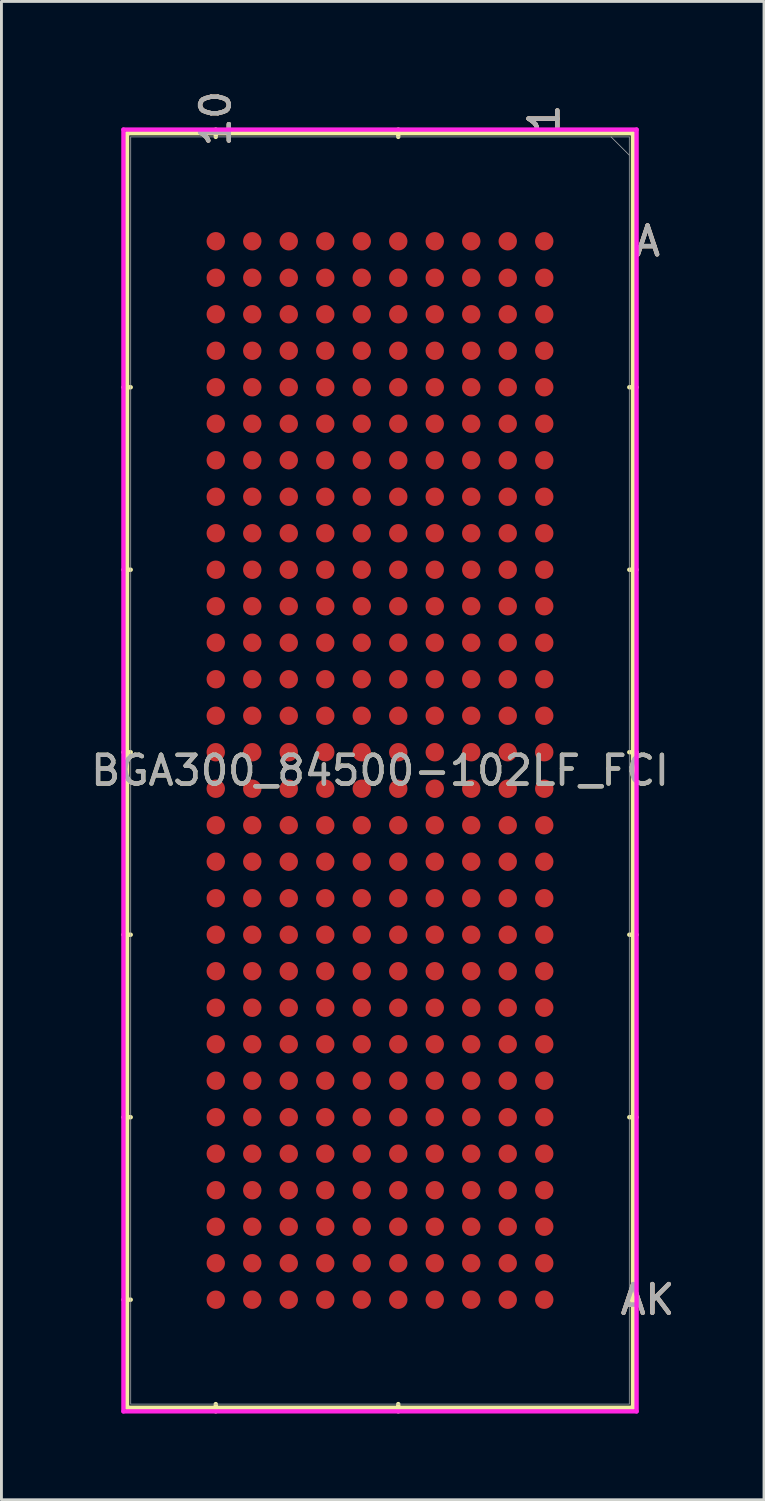
<source format=kicad_pcb>
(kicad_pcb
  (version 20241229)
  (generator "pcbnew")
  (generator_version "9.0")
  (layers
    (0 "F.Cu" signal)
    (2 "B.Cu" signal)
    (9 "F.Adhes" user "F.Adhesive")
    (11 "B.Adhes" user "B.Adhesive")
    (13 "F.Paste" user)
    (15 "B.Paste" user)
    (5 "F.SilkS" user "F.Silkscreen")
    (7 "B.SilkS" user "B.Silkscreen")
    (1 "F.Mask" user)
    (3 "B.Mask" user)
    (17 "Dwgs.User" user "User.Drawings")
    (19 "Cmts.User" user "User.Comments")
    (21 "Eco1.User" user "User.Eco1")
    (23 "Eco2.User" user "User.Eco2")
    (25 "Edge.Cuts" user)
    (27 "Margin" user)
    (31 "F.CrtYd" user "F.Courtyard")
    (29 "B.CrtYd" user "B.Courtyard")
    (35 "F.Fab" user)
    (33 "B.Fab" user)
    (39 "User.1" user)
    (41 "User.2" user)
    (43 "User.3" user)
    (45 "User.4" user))
  (footprint "BGA300_84500-102LF_FCI"
    (layer "F.Cu")
    (at 10.3 23.76)
    (property "Reference" "BGA300_84500-102LF_FCI" (at -0.127 0 0) (unlocked yes) (layer "F.SilkS") (effects (font (size 1 1) (thickness 0.15))))
    (attr through_hole)
    (fp_line (start -8.928 -22.174) (end 8.674 -22.174) (stroke (width 0.152) (type solid)) (layer "F.SilkS"))
    (fp_line (start -8.928 22.174) (end -8.928 -22.174) (stroke (width 0.152) (type solid)) (layer "F.SilkS"))
    (fp_line (start -8.801 -13.335) (end -9.055 -13.335) (stroke (width 0.152) (type solid)) (layer "F.SilkS"))
    (fp_line (start -8.801 -6.985) (end -9.055 -6.985) (stroke (width 0.152) (type solid)) (layer "F.SilkS"))
    (fp_line (start -8.801 -0.635) (end -9.055 -0.635) (stroke (width 0.152) (type solid)) (layer "F.SilkS"))
    (fp_line (start -8.801 5.715) (end -9.055 5.715) (stroke (width 0.152) (type solid)) (layer "F.SilkS"))
    (fp_line (start -8.801 12.065) (end -9.055 12.065) (stroke (width 0.152) (type solid)) (layer "F.SilkS"))
    (fp_line (start -8.801 18.415) (end -9.055 18.415) (stroke (width 0.152) (type solid)) (layer "F.SilkS"))
    (fp_line (start -5.842 -22.047) (end -5.842 -22.301) (stroke (width 0.152) (type solid)) (layer "F.SilkS"))
    (fp_line (start -5.842 22.047) (end -5.842 22.301) (stroke (width 0.152) (type solid)) (layer "F.SilkS"))
    (fp_line (start 0.508 -22.047) (end 0.508 -22.301) (stroke (width 0.152) (type solid)) (layer "F.SilkS"))
    (fp_line (start 0.508 22.047) (end 0.508 22.301) (stroke (width 0.152) (type solid)) (layer "F.SilkS"))
    (fp_line (start 8.547 -13.335) (end 8.801 -13.335) (stroke (width 0.152) (type solid)) (layer "F.SilkS"))
    (fp_line (start 8.547 -6.985) (end 8.801 -6.985) (stroke (width 0.152) (type solid)) (layer "F.SilkS"))
    (fp_line (start 8.547 -0.635) (end 8.801 -0.635) (stroke (width 0.152) (type solid)) (layer "F.SilkS"))
    (fp_line (start 8.547 5.715) (end 8.801 5.715) (stroke (width 0.152) (type solid)) (layer "F.SilkS"))
    (fp_line (start 8.547 12.065) (end 8.801 12.065) (stroke (width 0.152) (type solid)) (layer "F.SilkS"))
    (fp_line (start 8.547 18.415) (end 8.801 18.415) (stroke (width 0.152) (type solid)) (layer "F.SilkS"))
    (fp_line (start 8.674 -22.174) (end 8.674 22.174) (stroke (width 0.152) (type solid)) (layer "F.SilkS"))
    (fp_line (start 8.674 22.174) (end -8.928 22.174) (stroke (width 0.152) (type solid)) (layer "F.SilkS"))
    (fp_poly (pts (xy -6.858 -19.558) (xy 6.858 -19.558) (xy 6.858 19.558) (xy -6.858 19.558)) (stroke (width 0.1) (type solid)) (fill no) (layer "Eco2.User"))
    (fp_line (start -9.055 -22.301) (end -9.055 22.301) (stroke (width 0.152) (type solid)) (layer "F.CrtYd"))
    (fp_line (start -9.055 22.301) (end 8.801 22.301) (stroke (width 0.152) (type solid)) (layer "F.CrtYd"))
    (fp_line (start 8.801 -22.301) (end -9.055 -22.301) (stroke (width 0.152) (type solid)) (layer "F.CrtYd"))
    (fp_line (start 8.801 22.301) (end 8.801 -22.301) (stroke (width 0.152) (type solid)) (layer "F.CrtYd"))
    (fp_line (start -8.801 -22.047) (end 8.547 -22.047) (stroke (width 0.025) (type solid)) (layer "F.Fab"))
    (fp_line (start -8.801 22.047) (end -8.801 -22.047) (stroke (width 0.025) (type solid)) (layer "F.Fab"))
    (fp_line (start 7.912 -22.047) (end 8.547 -21.412) (stroke (width 0.025) (type solid)) (layer "F.Fab"))
    (fp_line (start 8.547 -22.047) (end 8.547 22.047) (stroke (width 0.025) (type solid)) (layer "F.Fab"))
    (fp_line (start 8.547 22.047) (end -8.801 22.047) (stroke (width 0.025) (type solid)) (layer "F.Fab"))
    (fp_text user "10" (at -5.842 -22.682 90) (unlocked yes) (layer "F.SilkS") (effects (font (size 1 1) (thickness 0.15))))
    (fp_text user "1" (at 5.588 -22.682 90) (unlocked yes) (layer "F.SilkS") (effects (font (size 1 1) (thickness 0.15))))
    (fp_text user "AK" (at 9.182 18.415 0) (unlocked yes) (layer "F.SilkS") (effects (font (size 1 1) (thickness 0.15))))
    (fp_text user "A" (at 9.182 -18.415 0) (unlocked yes) (layer "F.SilkS") (effects (font (size 1 1) (thickness 0.15))))
    (fp_text user "A" (at 9.182 -18.415 0) (unlocked yes) (layer "B.SilkS") (effects (font (size 1 1) (thickness 0.15))))
    (fp_text user "10" (at -5.842 -22.682 90) (unlocked yes) (layer "B.SilkS") (effects (font (size 1 1) (thickness 0.15))))
    (fp_text user "1" (at 5.588 -22.682 90) (unlocked yes) (layer "B.SilkS") (effects (font (size 1 1) (thickness 0.15))))
    (fp_text user "AK" (at 9.182 18.415 0) (unlocked yes) (layer "B.SilkS") (effects (font (size 1 1) (thickness 0.15))))
    (fp_text user "1" (at 5.588 -22.682 90) (unlocked yes) (layer "F.Fab") (effects (font (size 1 1) (thickness 0.15))))
    (fp_text user "10" (at -5.842 -22.682 90) (unlocked yes) (layer "F.Fab") (effects (font (size 1 1) (thickness 0.15))))
    (fp_text user "A" (at 9.182 -18.415 0) (unlocked yes) (layer "F.Fab") (effects (font (size 1 1) (thickness 0.15))))
    (fp_text user "AK" (at 9.182 18.415 0) (unlocked yes) (layer "F.Fab") (effects (font (size 1 1) (thickness 0.15))))
    (fp_text user "${REFERENCE}" (at -0.127 0 0) (unlocked yes) (layer "F.Fab") (effects (font (size 1 1) (thickness 0.15))))
    (pad "A1" smd circle (at 5.588 -18.415) (size 0.64 0.64) (layers "F.Cu" "F.Mask" "F.Paste"))
    (pad "A2" smd circle (at 4.318 -18.415) (size 0.64 0.64) (layers "F.Cu" "F.Mask" "F.Paste"))
    (pad "A3" smd circle (at 3.048 -18.415) (size 0.64 0.64) (layers "F.Cu" "F.Mask" "F.Paste"))
    (pad "A4" smd circle (at 1.778 -18.415) (size 0.64 0.64) (layers "F.Cu" "F.Mask" "F.Paste"))
    (pad "A5" smd circle (at 0.508 -18.415) (size 0.64 0.64) (layers "F.Cu" "F.Mask" "F.Paste"))
    (pad "A6" smd circle (at -0.762 -18.415) (size 0.64 0.64) (layers "F.Cu" "F.Mask" "F.Paste"))
    (pad "A7" smd circle (at -2.032 -18.415) (size 0.64 0.64) (layers "F.Cu" "F.Mask" "F.Paste"))
    (pad "A8" smd circle (at -3.302 -18.415) (size 0.64 0.64) (layers "F.Cu" "F.Mask" "F.Paste"))
    (pad "A9" smd circle (at -4.572 -18.415) (size 0.64 0.64) (layers "F.Cu" "F.Mask" "F.Paste"))
    (pad "A10" smd circle (at -5.842 -18.415) (size 0.64 0.64) (layers "F.Cu" "F.Mask" "F.Paste"))
    (pad "AA1" smd circle (at 5.588 6.985) (size 0.64 0.64) (layers "F.Cu" "F.Mask" "F.Paste"))
    (pad "AA2" smd circle (at 4.318 6.985) (size 0.64 0.64) (layers "F.Cu" "F.Mask" "F.Paste"))
    (pad "AA3" smd circle (at 3.048 6.985) (size 0.64 0.64) (layers "F.Cu" "F.Mask" "F.Paste"))
    (pad "AA4" smd circle (at 1.778 6.985) (size 0.64 0.64) (layers "F.Cu" "F.Mask" "F.Paste"))
    (pad "AA5" smd circle (at 0.508 6.985) (size 0.64 0.64) (layers "F.Cu" "F.Mask" "F.Paste"))
    (pad "AA6" smd circle (at -0.762 6.985) (size 0.64 0.64) (layers "F.Cu" "F.Mask" "F.Paste"))
    (pad "AA7" smd circle (at -2.032 6.985) (size 0.64 0.64) (layers "F.Cu" "F.Mask" "F.Paste"))
    (pad "AA8" smd circle (at -3.302 6.985) (size 0.64 0.64) (layers "F.Cu" "F.Mask" "F.Paste"))
    (pad "AA9" smd circle (at -4.572 6.985) (size 0.64 0.64) (layers "F.Cu" "F.Mask" "F.Paste"))
    (pad "AA10" smd circle (at -5.842 6.985) (size 0.64 0.64) (layers "F.Cu" "F.Mask" "F.Paste"))
    (pad "AB1" smd circle (at 5.588 8.255) (size 0.64 0.64) (layers "F.Cu" "F.Mask" "F.Paste"))
    (pad "AB2" smd circle (at 4.318 8.255) (size 0.64 0.64) (layers "F.Cu" "F.Mask" "F.Paste"))
    (pad "AB3" smd circle (at 3.048 8.255) (size 0.64 0.64) (layers "F.Cu" "F.Mask" "F.Paste"))
    (pad "AB4" smd circle (at 1.778 8.255) (size 0.64 0.64) (layers "F.Cu" "F.Mask" "F.Paste"))
    (pad "AB5" smd circle (at 0.508 8.255) (size 0.64 0.64) (layers "F.Cu" "F.Mask" "F.Paste"))
    (pad "AB6" smd circle (at -0.762 8.255) (size 0.64 0.64) (layers "F.Cu" "F.Mask" "F.Paste"))
    (pad "AB7" smd circle (at -2.032 8.255) (size 0.64 0.64) (layers "F.Cu" "F.Mask" "F.Paste"))
    (pad "AB8" smd circle (at -3.302 8.255) (size 0.64 0.64) (layers "F.Cu" "F.Mask" "F.Paste"))
    (pad "AB9" smd circle (at -4.572 8.255) (size 0.64 0.64) (layers "F.Cu" "F.Mask" "F.Paste"))
    (pad "AB10" smd circle (at -5.842 8.255) (size 0.64 0.64) (layers "F.Cu" "F.Mask" "F.Paste"))
    (pad "AC1" smd circle (at 5.588 9.525) (size 0.64 0.64) (layers "F.Cu" "F.Mask" "F.Paste"))
    (pad "AC2" smd circle (at 4.318 9.525) (size 0.64 0.64) (layers "F.Cu" "F.Mask" "F.Paste"))
    (pad "AC3" smd circle (at 3.048 9.525) (size 0.64 0.64) (layers "F.Cu" "F.Mask" "F.Paste"))
    (pad "AC4" smd circle (at 1.778 9.525) (size 0.64 0.64) (layers "F.Cu" "F.Mask" "F.Paste"))
    (pad "AC5" smd circle (at 0.508 9.525) (size 0.64 0.64) (layers "F.Cu" "F.Mask" "F.Paste"))
    (pad "AC6" smd circle (at -0.762 9.525) (size 0.64 0.64) (layers "F.Cu" "F.Mask" "F.Paste"))
    (pad "AC7" smd circle (at -2.032 9.525) (size 0.64 0.64) (layers "F.Cu" "F.Mask" "F.Paste"))
    (pad "AC8" smd circle (at -3.302 9.525) (size 0.64 0.64) (layers "F.Cu" "F.Mask" "F.Paste"))
    (pad "AC9" smd circle (at -4.572 9.525) (size 0.64 0.64) (layers "F.Cu" "F.Mask" "F.Paste"))
    (pad "AC10" smd circle (at -5.842 9.525) (size 0.64 0.64) (layers "F.Cu" "F.Mask" "F.Paste"))
    (pad "AD1" smd circle (at 5.588 10.795) (size 0.64 0.64) (layers "F.Cu" "F.Mask" "F.Paste"))
    (pad "AD2" smd circle (at 4.318 10.795) (size 0.64 0.64) (layers "F.Cu" "F.Mask" "F.Paste"))
    (pad "AD3" smd circle (at 3.048 10.795) (size 0.64 0.64) (layers "F.Cu" "F.Mask" "F.Paste"))
    (pad "AD4" smd circle (at 1.778 10.795) (size 0.64 0.64) (layers "F.Cu" "F.Mask" "F.Paste"))
    (pad "AD5" smd circle (at 0.508 10.795) (size 0.64 0.64) (layers "F.Cu" "F.Mask" "F.Paste"))
    (pad "AD6" smd circle (at -0.762 10.795) (size 0.64 0.64) (layers "F.Cu" "F.Mask" "F.Paste"))
    (pad "AD7" smd circle (at -2.032 10.795) (size 0.64 0.64) (layers "F.Cu" "F.Mask" "F.Paste"))
    (pad "AD8" smd circle (at -3.302 10.795) (size 0.64 0.64) (layers "F.Cu" "F.Mask" "F.Paste"))
    (pad "AD9" smd circle (at -4.572 10.795) (size 0.64 0.64) (layers "F.Cu" "F.Mask" "F.Paste"))
    (pad "AD10" smd circle (at -5.842 10.795) (size 0.64 0.64) (layers "F.Cu" "F.Mask" "F.Paste"))
    (pad "AE1" smd circle (at 5.588 12.065) (size 0.64 0.64) (layers "F.Cu" "F.Mask" "F.Paste"))
    (pad "AE2" smd circle (at 4.318 12.065) (size 0.64 0.64) (layers "F.Cu" "F.Mask" "F.Paste"))
    (pad "AE3" smd circle (at 3.048 12.065) (size 0.64 0.64) (layers "F.Cu" "F.Mask" "F.Paste"))
    (pad "AE4" smd circle (at 1.778 12.065) (size 0.64 0.64) (layers "F.Cu" "F.Mask" "F.Paste"))
    (pad "AE5" smd circle (at 0.508 12.065) (size 0.64 0.64) (layers "F.Cu" "F.Mask" "F.Paste"))
    (pad "AE6" smd circle (at -0.762 12.065) (size 0.64 0.64) (layers "F.Cu" "F.Mask" "F.Paste"))
    (pad "AE7" smd circle (at -2.032 12.065) (size 0.64 0.64) (layers "F.Cu" "F.Mask" "F.Paste"))
    (pad "AE8" smd circle (at -3.302 12.065) (size 0.64 0.64) (layers "F.Cu" "F.Mask" "F.Paste"))
    (pad "AE9" smd circle (at -4.572 12.065) (size 0.64 0.64) (layers "F.Cu" "F.Mask" "F.Paste"))
    (pad "AE10" smd circle (at -5.842 12.065) (size 0.64 0.64) (layers "F.Cu" "F.Mask" "F.Paste"))
    (pad "AF1" smd circle (at 5.588 13.335) (size 0.64 0.64) (layers "F.Cu" "F.Mask" "F.Paste"))
    (pad "AF2" smd circle (at 4.318 13.335) (size 0.64 0.64) (layers "F.Cu" "F.Mask" "F.Paste"))
    (pad "AF3" smd circle (at 3.048 13.335) (size 0.64 0.64) (layers "F.Cu" "F.Mask" "F.Paste"))
    (pad "AF4" smd circle (at 1.778 13.335) (size 0.64 0.64) (layers "F.Cu" "F.Mask" "F.Paste"))
    (pad "AF5" smd circle (at 0.508 13.335) (size 0.64 0.64) (layers "F.Cu" "F.Mask" "F.Paste"))
    (pad "AF6" smd circle (at -0.762 13.335) (size 0.64 0.64) (layers "F.Cu" "F.Mask" "F.Paste"))
    (pad "AF7" smd circle (at -2.032 13.335) (size 0.64 0.64) (layers "F.Cu" "F.Mask" "F.Paste"))
    (pad "AF8" smd circle (at -3.302 13.335) (size 0.64 0.64) (layers "F.Cu" "F.Mask" "F.Paste"))
    (pad "AF9" smd circle (at -4.572 13.335) (size 0.64 0.64) (layers "F.Cu" "F.Mask" "F.Paste"))
    (pad "AF10" smd circle (at -5.842 13.335) (size 0.64 0.64) (layers "F.Cu" "F.Mask" "F.Paste"))
    (pad "AG1" smd circle (at 5.588 14.605) (size 0.64 0.64) (layers "F.Cu" "F.Mask" "F.Paste"))
    (pad "AG2" smd circle (at 4.318 14.605) (size 0.64 0.64) (layers "F.Cu" "F.Mask" "F.Paste"))
    (pad "AG3" smd circle (at 3.048 14.605) (size 0.64 0.64) (layers "F.Cu" "F.Mask" "F.Paste"))
    (pad "AG4" smd circle (at 1.778 14.605) (size 0.64 0.64) (layers "F.Cu" "F.Mask" "F.Paste"))
    (pad "AG5" smd circle (at 0.508 14.605) (size 0.64 0.64) (layers "F.Cu" "F.Mask" "F.Paste"))
    (pad "AG6" smd circle (at -0.762 14.605) (size 0.64 0.64) (layers "F.Cu" "F.Mask" "F.Paste"))
    (pad "AG7" smd circle (at -2.032 14.605) (size 0.64 0.64) (layers "F.Cu" "F.Mask" "F.Paste"))
    (pad "AG8" smd circle (at -3.302 14.605) (size 0.64 0.64) (layers "F.Cu" "F.Mask" "F.Paste"))
    (pad "AG9" smd circle (at -4.572 14.605) (size 0.64 0.64) (layers "F.Cu" "F.Mask" "F.Paste"))
    (pad "AG10" smd circle (at -5.842 14.605) (size 0.64 0.64) (layers "F.Cu" "F.Mask" "F.Paste"))
    (pad "AH1" smd circle (at 5.588 15.875) (size 0.64 0.64) (layers "F.Cu" "F.Mask" "F.Paste"))
    (pad "AH2" smd circle (at 4.318 15.875) (size 0.64 0.64) (layers "F.Cu" "F.Mask" "F.Paste"))
    (pad "AH3" smd circle (at 3.048 15.875) (size 0.64 0.64) (layers "F.Cu" "F.Mask" "F.Paste"))
    (pad "AH4" smd circle (at 1.778 15.875) (size 0.64 0.64) (layers "F.Cu" "F.Mask" "F.Paste"))
    (pad "AH5" smd circle (at 0.508 15.875) (size 0.64 0.64) (layers "F.Cu" "F.Mask" "F.Paste"))
    (pad "AH6" smd circle (at -0.762 15.875) (size 0.64 0.64) (layers "F.Cu" "F.Mask" "F.Paste"))
    (pad "AH7" smd circle (at -2.032 15.875) (size 0.64 0.64) (layers "F.Cu" "F.Mask" "F.Paste"))
    (pad "AH8" smd circle (at -3.302 15.875) (size 0.64 0.64) (layers "F.Cu" "F.Mask" "F.Paste"))
    (pad "AH9" smd circle (at -4.572 15.875) (size 0.64 0.64) (layers "F.Cu" "F.Mask" "F.Paste"))
    (pad "AH10" smd circle (at -5.842 15.875) (size 0.64 0.64) (layers "F.Cu" "F.Mask" "F.Paste"))
    (pad "AJ1" smd circle (at 5.588 17.145) (size 0.64 0.64) (layers "F.Cu" "F.Mask" "F.Paste"))
    (pad "AJ2" smd circle (at 4.318 17.145) (size 0.64 0.64) (layers "F.Cu" "F.Mask" "F.Paste"))
    (pad "AJ3" smd circle (at 3.048 17.145) (size 0.64 0.64) (layers "F.Cu" "F.Mask" "F.Paste"))
    (pad "AJ4" smd circle (at 1.778 17.145) (size 0.64 0.64) (layers "F.Cu" "F.Mask" "F.Paste"))
    (pad "AJ5" smd circle (at 0.508 17.145) (size 0.64 0.64) (layers "F.Cu" "F.Mask" "F.Paste"))
    (pad "AJ6" smd circle (at -0.762 17.145) (size 0.64 0.64) (layers "F.Cu" "F.Mask" "F.Paste"))
    (pad "AJ7" smd circle (at -2.032 17.145) (size 0.64 0.64) (layers "F.Cu" "F.Mask" "F.Paste"))
    (pad "AJ8" smd circle (at -3.302 17.145) (size 0.64 0.64) (layers "F.Cu" "F.Mask" "F.Paste"))
    (pad "AJ9" smd circle (at -4.572 17.145) (size 0.64 0.64) (layers "F.Cu" "F.Mask" "F.Paste"))
    (pad "AJ10" smd circle (at -5.842 17.145) (size 0.64 0.64) (layers "F.Cu" "F.Mask" "F.Paste"))
    (pad "AK1" smd circle (at 5.588 18.415) (size 0.64 0.64) (layers "F.Cu" "F.Mask" "F.Paste"))
    (pad "AK2" smd circle (at 4.318 18.415) (size 0.64 0.64) (layers "F.Cu" "F.Mask" "F.Paste"))
    (pad "AK3" smd circle (at 3.048 18.415) (size 0.64 0.64) (layers "F.Cu" "F.Mask" "F.Paste"))
    (pad "AK4" smd circle (at 1.778 18.415) (size 0.64 0.64) (layers "F.Cu" "F.Mask" "F.Paste"))
    (pad "AK5" smd circle (at 0.508 18.415) (size 0.64 0.64) (layers "F.Cu" "F.Mask" "F.Paste"))
    (pad "AK6" smd circle (at -0.762 18.415) (size 0.64 0.64) (layers "F.Cu" "F.Mask" "F.Paste"))
    (pad "AK7" smd circle (at -2.032 18.415) (size 0.64 0.64) (layers "F.Cu" "F.Mask" "F.Paste"))
    (pad "AK8" smd circle (at -3.302 18.415) (size 0.64 0.64) (layers "F.Cu" "F.Mask" "F.Paste"))
    (pad "AK9" smd circle (at -4.572 18.415) (size 0.64 0.64) (layers "F.Cu" "F.Mask" "F.Paste"))
    (pad "AK10" smd circle (at -5.842 18.415) (size 0.64 0.64) (layers "F.Cu" "F.Mask" "F.Paste"))
    (pad "B1" smd circle (at 5.588 -17.145) (size 0.64 0.64) (layers "F.Cu" "F.Mask" "F.Paste"))
    (pad "B2" smd circle (at 4.318 -17.145) (size 0.64 0.64) (layers "F.Cu" "F.Mask" "F.Paste"))
    (pad "B3" smd circle (at 3.048 -17.145) (size 0.64 0.64) (layers "F.Cu" "F.Mask" "F.Paste"))
    (pad "B4" smd circle (at 1.778 -17.145) (size 0.64 0.64) (layers "F.Cu" "F.Mask" "F.Paste"))
    (pad "B5" smd circle (at 0.508 -17.145) (size 0.64 0.64) (layers "F.Cu" "F.Mask" "F.Paste"))
    (pad "B6" smd circle (at -0.762 -17.145) (size 0.64 0.64) (layers "F.Cu" "F.Mask" "F.Paste"))
    (pad "B7" smd circle (at -2.032 -17.145) (size 0.64 0.64) (layers "F.Cu" "F.Mask" "F.Paste"))
    (pad "B8" smd circle (at -3.302 -17.145) (size 0.64 0.64) (layers "F.Cu" "F.Mask" "F.Paste"))
    (pad "B9" smd circle (at -4.572 -17.145) (size 0.64 0.64) (layers "F.Cu" "F.Mask" "F.Paste"))
    (pad "B10" smd circle (at -5.842 -17.145) (size 0.64 0.64) (layers "F.Cu" "F.Mask" "F.Paste"))
    (pad "C1" smd circle (at 5.588 -15.875) (size 0.64 0.64) (layers "F.Cu" "F.Mask" "F.Paste"))
    (pad "C2" smd circle (at 4.318 -15.875) (size 0.64 0.64) (layers "F.Cu" "F.Mask" "F.Paste"))
    (pad "C3" smd circle (at 3.048 -15.875) (size 0.64 0.64) (layers "F.Cu" "F.Mask" "F.Paste"))
    (pad "C4" smd circle (at 1.778 -15.875) (size 0.64 0.64) (layers "F.Cu" "F.Mask" "F.Paste"))
    (pad "C5" smd circle (at 0.508 -15.875) (size 0.64 0.64) (layers "F.Cu" "F.Mask" "F.Paste"))
    (pad "C6" smd circle (at -0.762 -15.875) (size 0.64 0.64) (layers "F.Cu" "F.Mask" "F.Paste"))
    (pad "C7" smd circle (at -2.032 -15.875) (size 0.64 0.64) (layers "F.Cu" "F.Mask" "F.Paste"))
    (pad "C8" smd circle (at -3.302 -15.875) (size 0.64 0.64) (layers "F.Cu" "F.Mask" "F.Paste"))
    (pad "C9" smd circle (at -4.572 -15.875) (size 0.64 0.64) (layers "F.Cu" "F.Mask" "F.Paste"))
    (pad "C10" smd circle (at -5.842 -15.875) (size 0.64 0.64) (layers "F.Cu" "F.Mask" "F.Paste"))
    (pad "D1" smd circle (at 5.588 -14.605) (size 0.64 0.64) (layers "F.Cu" "F.Mask" "F.Paste"))
    (pad "D2" smd circle (at 4.318 -14.605) (size 0.64 0.64) (layers "F.Cu" "F.Mask" "F.Paste"))
    (pad "D3" smd circle (at 3.048 -14.605) (size 0.64 0.64) (layers "F.Cu" "F.Mask" "F.Paste"))
    (pad "D4" smd circle (at 1.778 -14.605) (size 0.64 0.64) (layers "F.Cu" "F.Mask" "F.Paste"))
    (pad "D5" smd circle (at 0.508 -14.605) (size 0.64 0.64) (layers "F.Cu" "F.Mask" "F.Paste"))
    (pad "D6" smd circle (at -0.762 -14.605) (size 0.64 0.64) (layers "F.Cu" "F.Mask" "F.Paste"))
    (pad "D7" smd circle (at -2.032 -14.605) (size 0.64 0.64) (layers "F.Cu" "F.Mask" "F.Paste"))
    (pad "D8" smd circle (at -3.302 -14.605) (size 0.64 0.64) (layers "F.Cu" "F.Mask" "F.Paste"))
    (pad "D9" smd circle (at -4.572 -14.605) (size 0.64 0.64) (layers "F.Cu" "F.Mask" "F.Paste"))
    (pad "D10" smd circle (at -5.842 -14.605) (size 0.64 0.64) (layers "F.Cu" "F.Mask" "F.Paste"))
    (pad "E1" smd circle (at 5.588 -13.335) (size 0.64 0.64) (layers "F.Cu" "F.Mask" "F.Paste"))
    (pad "E2" smd circle (at 4.318 -13.335) (size 0.64 0.64) (layers "F.Cu" "F.Mask" "F.Paste"))
    (pad "E3" smd circle (at 3.048 -13.335) (size 0.64 0.64) (layers "F.Cu" "F.Mask" "F.Paste"))
    (pad "E4" smd circle (at 1.778 -13.335) (size 0.64 0.64) (layers "F.Cu" "F.Mask" "F.Paste"))
    (pad "E5" smd circle (at 0.508 -13.335) (size 0.64 0.64) (layers "F.Cu" "F.Mask" "F.Paste"))
    (pad "E6" smd circle (at -0.762 -13.335) (size 0.64 0.64) (layers "F.Cu" "F.Mask" "F.Paste"))
    (pad "E7" smd circle (at -2.032 -13.335) (size 0.64 0.64) (layers "F.Cu" "F.Mask" "F.Paste"))
    (pad "E8" smd circle (at -3.302 -13.335) (size 0.64 0.64) (layers "F.Cu" "F.Mask" "F.Paste"))
    (pad "E9" smd circle (at -4.572 -13.335) (size 0.64 0.64) (layers "F.Cu" "F.Mask" "F.Paste"))
    (pad "E10" smd circle (at -5.842 -13.335) (size 0.64 0.64) (layers "F.Cu" "F.Mask" "F.Paste"))
    (pad "F1" smd circle (at 5.588 -12.065) (size 0.64 0.64) (layers "F.Cu" "F.Mask" "F.Paste"))
    (pad "F2" smd circle (at 4.318 -12.065) (size 0.64 0.64) (layers "F.Cu" "F.Mask" "F.Paste"))
    (pad "F3" smd circle (at 3.048 -12.065) (size 0.64 0.64) (layers "F.Cu" "F.Mask" "F.Paste"))
    (pad "F4" smd circle (at 1.778 -12.065) (size 0.64 0.64) (layers "F.Cu" "F.Mask" "F.Paste"))
    (pad "F5" smd circle (at 0.508 -12.065) (size 0.64 0.64) (layers "F.Cu" "F.Mask" "F.Paste"))
    (pad "F6" smd circle (at -0.762 -12.065) (size 0.64 0.64) (layers "F.Cu" "F.Mask" "F.Paste"))
    (pad "F7" smd circle (at -2.032 -12.065) (size 0.64 0.64) (layers "F.Cu" "F.Mask" "F.Paste"))
    (pad "F8" smd circle (at -3.302 -12.065) (size 0.64 0.64) (layers "F.Cu" "F.Mask" "F.Paste"))
    (pad "F9" smd circle (at -4.572 -12.065) (size 0.64 0.64) (layers "F.Cu" "F.Mask" "F.Paste"))
    (pad "F10" smd circle (at -5.842 -12.065) (size 0.64 0.64) (layers "F.Cu" "F.Mask" "F.Paste"))
    (pad "G1" smd circle (at 5.588 -10.795) (size 0.64 0.64) (layers "F.Cu" "F.Mask" "F.Paste"))
    (pad "G2" smd circle (at 4.318 -10.795) (size 0.64 0.64) (layers "F.Cu" "F.Mask" "F.Paste"))
    (pad "G3" smd circle (at 3.048 -10.795) (size 0.64 0.64) (layers "F.Cu" "F.Mask" "F.Paste"))
    (pad "G4" smd circle (at 1.778 -10.795) (size 0.64 0.64) (layers "F.Cu" "F.Mask" "F.Paste"))
    (pad "G5" smd circle (at 0.508 -10.795) (size 0.64 0.64) (layers "F.Cu" "F.Mask" "F.Paste"))
    (pad "G6" smd circle (at -0.762 -10.795) (size 0.64 0.64) (layers "F.Cu" "F.Mask" "F.Paste"))
    (pad "G7" smd circle (at -2.032 -10.795) (size 0.64 0.64) (layers "F.Cu" "F.Mask" "F.Paste"))
    (pad "G8" smd circle (at -3.302 -10.795) (size 0.64 0.64) (layers "F.Cu" "F.Mask" "F.Paste"))
    (pad "G9" smd circle (at -4.572 -10.795) (size 0.64 0.64) (layers "F.Cu" "F.Mask" "F.Paste"))
    (pad "G10" smd circle (at -5.842 -10.795) (size 0.64 0.64) (layers "F.Cu" "F.Mask" "F.Paste"))
    (pad "H1" smd circle (at 5.588 -9.525) (size 0.64 0.64) (layers "F.Cu" "F.Mask" "F.Paste"))
    (pad "H2" smd circle (at 4.318 -9.525) (size 0.64 0.64) (layers "F.Cu" "F.Mask" "F.Paste"))
    (pad "H3" smd circle (at 3.048 -9.525) (size 0.64 0.64) (layers "F.Cu" "F.Mask" "F.Paste"))
    (pad "H4" smd circle (at 1.778 -9.525) (size 0.64 0.64) (layers "F.Cu" "F.Mask" "F.Paste"))
    (pad "H5" smd circle (at 0.508 -9.525) (size 0.64 0.64) (layers "F.Cu" "F.Mask" "F.Paste"))
    (pad "H6" smd circle (at -0.762 -9.525) (size 0.64 0.64) (layers "F.Cu" "F.Mask" "F.Paste"))
    (pad "H7" smd circle (at -2.032 -9.525) (size 0.64 0.64) (layers "F.Cu" "F.Mask" "F.Paste"))
    (pad "H8" smd circle (at -3.302 -9.525) (size 0.64 0.64) (layers "F.Cu" "F.Mask" "F.Paste"))
    (pad "H9" smd circle (at -4.572 -9.525) (size 0.64 0.64) (layers "F.Cu" "F.Mask" "F.Paste"))
    (pad "H10" smd circle (at -5.842 -9.525) (size 0.64 0.64) (layers "F.Cu" "F.Mask" "F.Paste"))
    (pad "J1" smd circle (at 5.588 -8.255) (size 0.64 0.64) (layers "F.Cu" "F.Mask" "F.Paste"))
    (pad "J2" smd circle (at 4.318 -8.255) (size 0.64 0.64) (layers "F.Cu" "F.Mask" "F.Paste"))
    (pad "J3" smd circle (at 3.048 -8.255) (size 0.64 0.64) (layers "F.Cu" "F.Mask" "F.Paste"))
    (pad "J4" smd circle (at 1.778 -8.255) (size 0.64 0.64) (layers "F.Cu" "F.Mask" "F.Paste"))
    (pad "J5" smd circle (at 0.508 -8.255) (size 0.64 0.64) (layers "F.Cu" "F.Mask" "F.Paste"))
    (pad "J6" smd circle (at -0.762 -8.255) (size 0.64 0.64) (layers "F.Cu" "F.Mask" "F.Paste"))
    (pad "J7" smd circle (at -2.032 -8.255) (size 0.64 0.64) (layers "F.Cu" "F.Mask" "F.Paste"))
    (pad "J8" smd circle (at -3.302 -8.255) (size 0.64 0.64) (layers "F.Cu" "F.Mask" "F.Paste"))
    (pad "J9" smd circle (at -4.572 -8.255) (size 0.64 0.64) (layers "F.Cu" "F.Mask" "F.Paste"))
    (pad "J10" smd circle (at -5.842 -8.255) (size 0.64 0.64) (layers "F.Cu" "F.Mask" "F.Paste"))
    (pad "K1" smd circle (at 5.588 -6.985) (size 0.64 0.64) (layers "F.Cu" "F.Mask" "F.Paste"))
    (pad "K2" smd circle (at 4.318 -6.985) (size 0.64 0.64) (layers "F.Cu" "F.Mask" "F.Paste"))
    (pad "K3" smd circle (at 3.048 -6.985) (size 0.64 0.64) (layers "F.Cu" "F.Mask" "F.Paste"))
    (pad "K4" smd circle (at 1.778 -6.985) (size 0.64 0.64) (layers "F.Cu" "F.Mask" "F.Paste"))
    (pad "K5" smd circle (at 0.508 -6.985) (size 0.64 0.64) (layers "F.Cu" "F.Mask" "F.Paste"))
    (pad "K6" smd circle (at -0.762 -6.985) (size 0.64 0.64) (layers "F.Cu" "F.Mask" "F.Paste"))
    (pad "K7" smd circle (at -2.032 -6.985) (size 0.64 0.64) (layers "F.Cu" "F.Mask" "F.Paste"))
    (pad "K8" smd circle (at -3.302 -6.985) (size 0.64 0.64) (layers "F.Cu" "F.Mask" "F.Paste"))
    (pad "K9" smd circle (at -4.572 -6.985) (size 0.64 0.64) (layers "F.Cu" "F.Mask" "F.Paste"))
    (pad "K10" smd circle (at -5.842 -6.985) (size 0.64 0.64) (layers "F.Cu" "F.Mask" "F.Paste"))
    (pad "L1" smd circle (at 5.588 -5.715) (size 0.64 0.64) (layers "F.Cu" "F.Mask" "F.Paste"))
    (pad "L2" smd circle (at 4.318 -5.715) (size 0.64 0.64) (layers "F.Cu" "F.Mask" "F.Paste"))
    (pad "L3" smd circle (at 3.048 -5.715) (size 0.64 0.64) (layers "F.Cu" "F.Mask" "F.Paste"))
    (pad "L4" smd circle (at 1.778 -5.715) (size 0.64 0.64) (layers "F.Cu" "F.Mask" "F.Paste"))
    (pad "L5" smd circle (at 0.508 -5.715) (size 0.64 0.64) (layers "F.Cu" "F.Mask" "F.Paste"))
    (pad "L6" smd circle (at -0.762 -5.715) (size 0.64 0.64) (layers "F.Cu" "F.Mask" "F.Paste"))
    (pad "L7" smd circle (at -2.032 -5.715) (size 0.64 0.64) (layers "F.Cu" "F.Mask" "F.Paste"))
    (pad "L8" smd circle (at -3.302 -5.715) (size 0.64 0.64) (layers "F.Cu" "F.Mask" "F.Paste"))
    (pad "L9" smd circle (at -4.572 -5.715) (size 0.64 0.64) (layers "F.Cu" "F.Mask" "F.Paste"))
    (pad "L10" smd circle (at -5.842 -5.715) (size 0.64 0.64) (layers "F.Cu" "F.Mask" "F.Paste"))
    (pad "M1" smd circle (at 5.588 -4.445) (size 0.64 0.64) (layers "F.Cu" "F.Mask" "F.Paste"))
    (pad "M2" smd circle (at 4.318 -4.445) (size 0.64 0.64) (layers "F.Cu" "F.Mask" "F.Paste"))
    (pad "M3" smd circle (at 3.048 -4.445) (size 0.64 0.64) (layers "F.Cu" "F.Mask" "F.Paste"))
    (pad "M4" smd circle (at 1.778 -4.445) (size 0.64 0.64) (layers "F.Cu" "F.Mask" "F.Paste"))
    (pad "M5" smd circle (at 0.508 -4.445) (size 0.64 0.64) (layers "F.Cu" "F.Mask" "F.Paste"))
    (pad "M6" smd circle (at -0.762 -4.445) (size 0.64 0.64) (layers "F.Cu" "F.Mask" "F.Paste"))
    (pad "M7" smd circle (at -2.032 -4.445) (size 0.64 0.64) (layers "F.Cu" "F.Mask" "F.Paste"))
    (pad "M8" smd circle (at -3.302 -4.445) (size 0.64 0.64) (layers "F.Cu" "F.Mask" "F.Paste"))
    (pad "M9" smd circle (at -4.572 -4.445) (size 0.64 0.64) (layers "F.Cu" "F.Mask" "F.Paste"))
    (pad "M10" smd circle (at -5.842 -4.445) (size 0.64 0.64) (layers "F.Cu" "F.Mask" "F.Paste"))
    (pad "N1" smd circle (at 5.588 -3.175) (size 0.64 0.64) (layers "F.Cu" "F.Mask" "F.Paste"))
    (pad "N2" smd circle (at 4.318 -3.175) (size 0.64 0.64) (layers "F.Cu" "F.Mask" "F.Paste"))
    (pad "N3" smd circle (at 3.048 -3.175) (size 0.64 0.64) (layers "F.Cu" "F.Mask" "F.Paste"))
    (pad "N4" smd circle (at 1.778 -3.175) (size 0.64 0.64) (layers "F.Cu" "F.Mask" "F.Paste"))
    (pad "N5" smd circle (at 0.508 -3.175) (size 0.64 0.64) (layers "F.Cu" "F.Mask" "F.Paste"))
    (pad "N6" smd circle (at -0.762 -3.175) (size 0.64 0.64) (layers "F.Cu" "F.Mask" "F.Paste"))
    (pad "N7" smd circle (at -2.032 -3.175) (size 0.64 0.64) (layers "F.Cu" "F.Mask" "F.Paste"))
    (pad "N8" smd circle (at -3.302 -3.175) (size 0.64 0.64) (layers "F.Cu" "F.Mask" "F.Paste"))
    (pad "N9" smd circle (at -4.572 -3.175) (size 0.64 0.64) (layers "F.Cu" "F.Mask" "F.Paste"))
    (pad "N10" smd circle (at -5.842 -3.175) (size 0.64 0.64) (layers "F.Cu" "F.Mask" "F.Paste"))
    (pad "P1" smd circle (at 5.588 -1.905) (size 0.64 0.64) (layers "F.Cu" "F.Mask" "F.Paste"))
    (pad "P2" smd circle (at 4.318 -1.905) (size 0.64 0.64) (layers "F.Cu" "F.Mask" "F.Paste"))
    (pad "P3" smd circle (at 3.048 -1.905) (size 0.64 0.64) (layers "F.Cu" "F.Mask" "F.Paste"))
    (pad "P4" smd circle (at 1.778 -1.905) (size 0.64 0.64) (layers "F.Cu" "F.Mask" "F.Paste"))
    (pad "P5" smd circle (at 0.508 -1.905) (size 0.64 0.64) (layers "F.Cu" "F.Mask" "F.Paste"))
    (pad "P6" smd circle (at -0.762 -1.905) (size 0.64 0.64) (layers "F.Cu" "F.Mask" "F.Paste"))
    (pad "P7" smd circle (at -2.032 -1.905) (size 0.64 0.64) (layers "F.Cu" "F.Mask" "F.Paste"))
    (pad "P8" smd circle (at -3.302 -1.905) (size 0.64 0.64) (layers "F.Cu" "F.Mask" "F.Paste"))
    (pad "P9" smd circle (at -4.572 -1.905) (size 0.64 0.64) (layers "F.Cu" "F.Mask" "F.Paste"))
    (pad "P10" smd circle (at -5.842 -1.905) (size 0.64 0.64) (layers "F.Cu" "F.Mask" "F.Paste"))
    (pad "R1" smd circle (at 5.588 -0.635) (size 0.64 0.64) (layers "F.Cu" "F.Mask" "F.Paste"))
    (pad "R2" smd circle (at 4.318 -0.635) (size 0.64 0.64) (layers "F.Cu" "F.Mask" "F.Paste"))
    (pad "R3" smd circle (at 3.048 -0.635) (size 0.64 0.64) (layers "F.Cu" "F.Mask" "F.Paste"))
    (pad "R4" smd circle (at 1.778 -0.635) (size 0.64 0.64) (layers "F.Cu" "F.Mask" "F.Paste"))
    (pad "R5" smd circle (at 0.508 -0.635) (size 0.64 0.64) (layers "F.Cu" "F.Mask" "F.Paste"))
    (pad "R6" smd circle (at -0.762 -0.635) (size 0.64 0.64) (layers "F.Cu" "F.Mask" "F.Paste"))
    (pad "R7" smd circle (at -2.032 -0.635) (size 0.64 0.64) (layers "F.Cu" "F.Mask" "F.Paste"))
    (pad "R8" smd circle (at -3.302 -0.635) (size 0.64 0.64) (layers "F.Cu" "F.Mask" "F.Paste"))
    (pad "R9" smd circle (at -4.572 -0.635) (size 0.64 0.64) (layers "F.Cu" "F.Mask" "F.Paste"))
    (pad "R10" smd circle (at -5.842 -0.635) (size 0.64 0.64) (layers "F.Cu" "F.Mask" "F.Paste"))
    (pad "T1" smd circle (at 5.588 0.635) (size 0.64 0.64) (layers "F.Cu" "F.Mask" "F.Paste"))
    (pad "T2" smd circle (at 4.318 0.635) (size 0.64 0.64) (layers "F.Cu" "F.Mask" "F.Paste"))
    (pad "T3" smd circle (at 3.048 0.635) (size 0.64 0.64) (layers "F.Cu" "F.Mask" "F.Paste"))
    (pad "T4" smd circle (at 1.778 0.635) (size 0.64 0.64) (layers "F.Cu" "F.Mask" "F.Paste"))
    (pad "T5" smd circle (at 0.508 0.635) (size 0.64 0.64) (layers "F.Cu" "F.Mask" "F.Paste"))
    (pad "T6" smd circle (at -0.762 0.635) (size 0.64 0.64) (layers "F.Cu" "F.Mask" "F.Paste"))
    (pad "T7" smd circle (at -2.032 0.635) (size 0.64 0.64) (layers "F.Cu" "F.Mask" "F.Paste"))
    (pad "T8" smd circle (at -3.302 0.635) (size 0.64 0.64) (layers "F.Cu" "F.Mask" "F.Paste"))
    (pad "T9" smd circle (at -4.572 0.635) (size 0.64 0.64) (layers "F.Cu" "F.Mask" "F.Paste"))
    (pad "T10" smd circle (at -5.842 0.635) (size 0.64 0.64) (layers "F.Cu" "F.Mask" "F.Paste"))
    (pad "U1" smd circle (at 5.588 1.905) (size 0.64 0.64) (layers "F.Cu" "F.Mask" "F.Paste"))
    (pad "U2" smd circle (at 4.318 1.905) (size 0.64 0.64) (layers "F.Cu" "F.Mask" "F.Paste"))
    (pad "U3" smd circle (at 3.048 1.905) (size 0.64 0.64) (layers "F.Cu" "F.Mask" "F.Paste"))
    (pad "U4" smd circle (at 1.778 1.905) (size 0.64 0.64) (layers "F.Cu" "F.Mask" "F.Paste"))
    (pad "U5" smd circle (at 0.508 1.905) (size 0.64 0.64) (layers "F.Cu" "F.Mask" "F.Paste"))
    (pad "U6" smd circle (at -0.762 1.905) (size 0.64 0.64) (layers "F.Cu" "F.Mask" "F.Paste"))
    (pad "U7" smd circle (at -2.032 1.905) (size 0.64 0.64) (layers "F.Cu" "F.Mask" "F.Paste"))
    (pad "U8" smd circle (at -3.302 1.905) (size 0.64 0.64) (layers "F.Cu" "F.Mask" "F.Paste"))
    (pad "U9" smd circle (at -4.572 1.905) (size 0.64 0.64) (layers "F.Cu" "F.Mask" "F.Paste"))
    (pad "U10" smd circle (at -5.842 1.905) (size 0.64 0.64) (layers "F.Cu" "F.Mask" "F.Paste"))
    (pad "V1" smd circle (at 5.588 3.175) (size 0.64 0.64) (layers "F.Cu" "F.Mask" "F.Paste"))
    (pad "V2" smd circle (at 4.318 3.175) (size 0.64 0.64) (layers "F.Cu" "F.Mask" "F.Paste"))
    (pad "V3" smd circle (at 3.048 3.175) (size 0.64 0.64) (layers "F.Cu" "F.Mask" "F.Paste"))
    (pad "V4" smd circle (at 1.778 3.175) (size 0.64 0.64) (layers "F.Cu" "F.Mask" "F.Paste"))
    (pad "V5" smd circle (at 0.508 3.175) (size 0.64 0.64) (layers "F.Cu" "F.Mask" "F.Paste"))
    (pad "V6" smd circle (at -0.762 3.175) (size 0.64 0.64) (layers "F.Cu" "F.Mask" "F.Paste"))
    (pad "V7" smd circle (at -2.032 3.175) (size 0.64 0.64) (layers "F.Cu" "F.Mask" "F.Paste"))
    (pad "V8" smd circle (at -3.302 3.175) (size 0.64 0.64) (layers "F.Cu" "F.Mask" "F.Paste"))
    (pad "V9" smd circle (at -4.572 3.175) (size 0.64 0.64) (layers "F.Cu" "F.Mask" "F.Paste"))
    (pad "V10" smd circle (at -5.842 3.175) (size 0.64 0.64) (layers "F.Cu" "F.Mask" "F.Paste"))
    (pad "W1" smd circle (at 5.588 4.445) (size 0.64 0.64) (layers "F.Cu" "F.Mask" "F.Paste"))
    (pad "W2" smd circle (at 4.318 4.445) (size 0.64 0.64) (layers "F.Cu" "F.Mask" "F.Paste"))
    (pad "W3" smd circle (at 3.048 4.445) (size 0.64 0.64) (layers "F.Cu" "F.Mask" "F.Paste"))
    (pad "W4" smd circle (at 1.778 4.445) (size 0.64 0.64) (layers "F.Cu" "F.Mask" "F.Paste"))
    (pad "W5" smd circle (at 0.508 4.445) (size 0.64 0.64) (layers "F.Cu" "F.Mask" "F.Paste"))
    (pad "W6" smd circle (at -0.762 4.445) (size 0.64 0.64) (layers "F.Cu" "F.Mask" "F.Paste"))
    (pad "W7" smd circle (at -2.032 4.445) (size 0.64 0.64) (layers "F.Cu" "F.Mask" "F.Paste"))
    (pad "W8" smd circle (at -3.302 4.445) (size 0.64 0.64) (layers "F.Cu" "F.Mask" "F.Paste"))
    (pad "W9" smd circle (at -4.572 4.445) (size 0.64 0.64) (layers "F.Cu" "F.Mask" "F.Paste"))
    (pad "W10" smd circle (at -5.842 4.445) (size 0.64 0.64) (layers "F.Cu" "F.Mask" "F.Paste"))
    (pad "Y1" smd circle (at 5.588 5.715) (size 0.64 0.64) (layers "F.Cu" "F.Mask" "F.Paste"))
    (pad "Y2" smd circle (at 4.318 5.715) (size 0.64 0.64) (layers "F.Cu" "F.Mask" "F.Paste"))
    (pad "Y3" smd circle (at 3.048 5.715) (size 0.64 0.64) (layers "F.Cu" "F.Mask" "F.Paste"))
    (pad "Y4" smd circle (at 1.778 5.715) (size 0.64 0.64) (layers "F.Cu" "F.Mask" "F.Paste"))
    (pad "Y5" smd circle (at 0.508 5.715) (size 0.64 0.64) (layers "F.Cu" "F.Mask" "F.Paste"))
    (pad "Y6" smd circle (at -0.762 5.715) (size 0.64 0.64) (layers "F.Cu" "F.Mask" "F.Paste"))
    (pad "Y7" smd circle (at -2.032 5.715) (size 0.64 0.64) (layers "F.Cu" "F.Mask" "F.Paste"))
    (pad "Y8" smd circle (at -3.302 5.715) (size 0.64 0.64) (layers "F.Cu" "F.Mask" "F.Paste"))
    (pad "Y9" smd circle (at -4.572 5.715) (size 0.64 0.64) (layers "F.Cu" "F.Mask" "F.Paste"))
    (pad "Y10" smd circle (at -5.842 5.715) (size 0.64 0.64) (layers "F.Cu" "F.Mask" "F.Paste")))
  (gr_rect
    (start -3 -3)
    (end 23.535 49.137)
    (stroke (width 0.1) (type default))
    (fill no)
    (layer "Edge.Cuts")))
</source>
